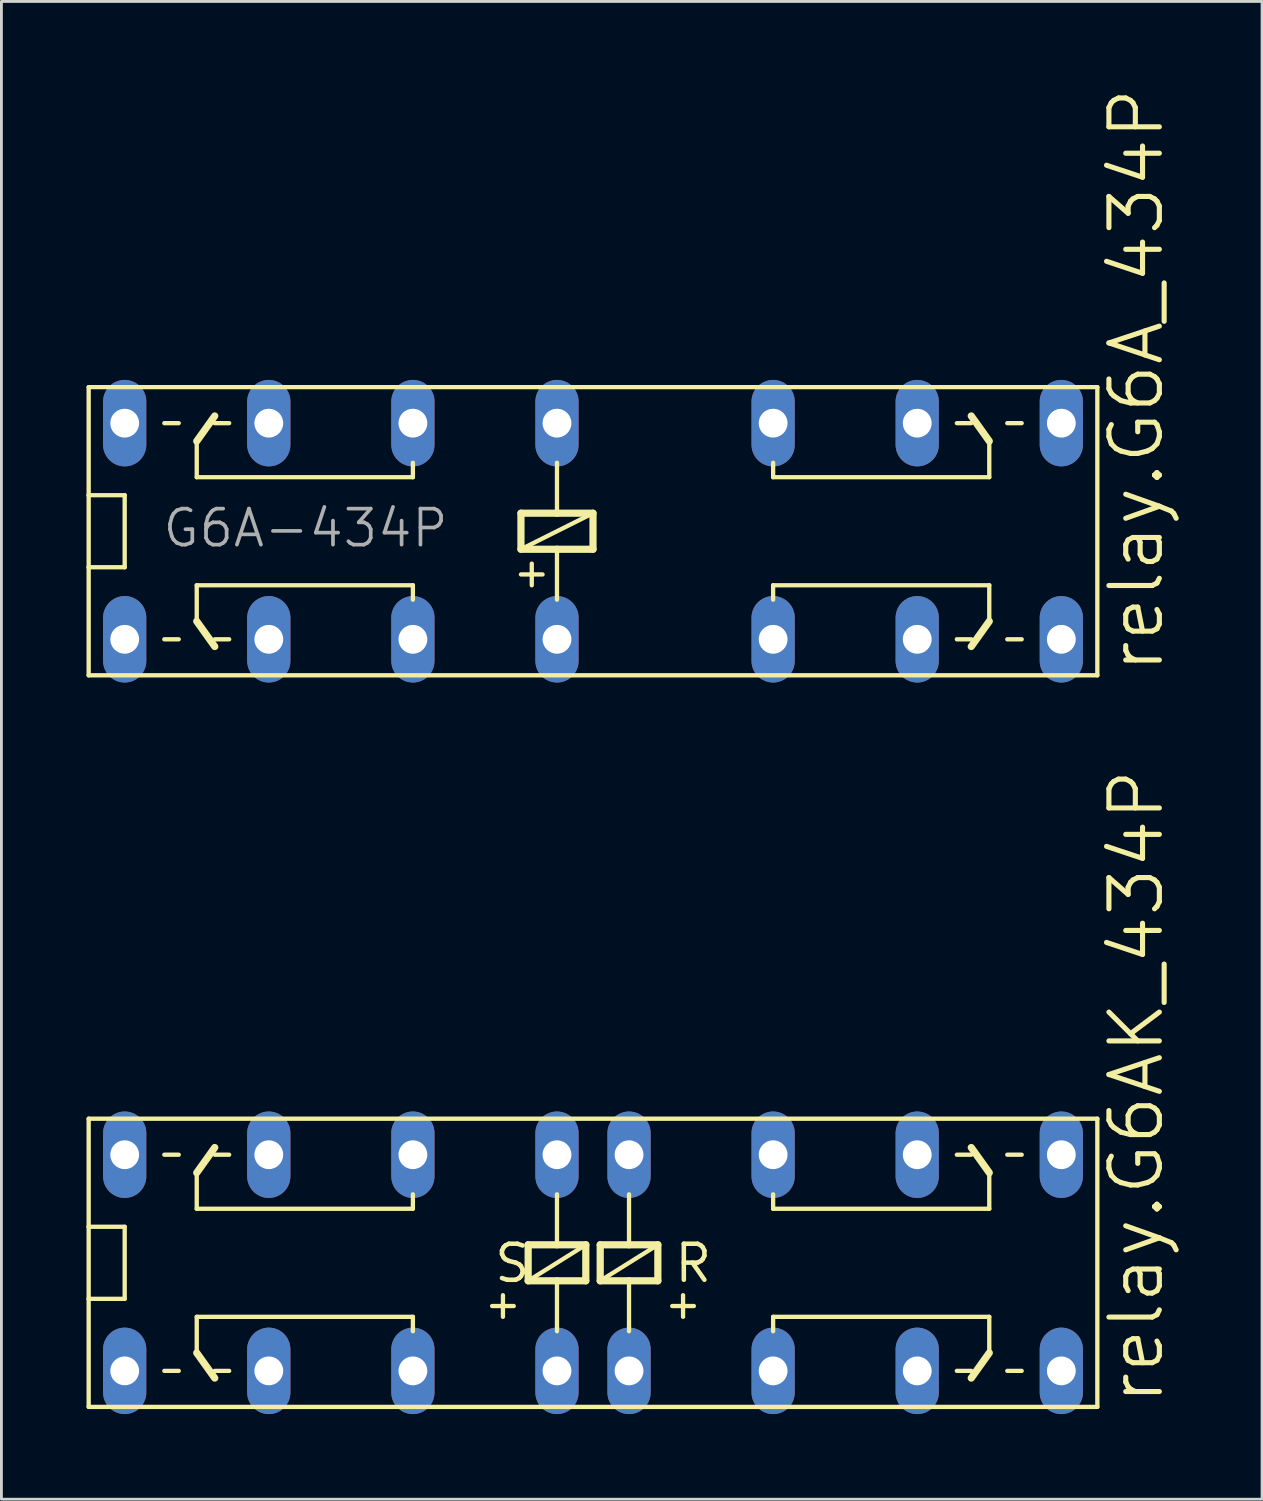
<source format=kicad_pcb>
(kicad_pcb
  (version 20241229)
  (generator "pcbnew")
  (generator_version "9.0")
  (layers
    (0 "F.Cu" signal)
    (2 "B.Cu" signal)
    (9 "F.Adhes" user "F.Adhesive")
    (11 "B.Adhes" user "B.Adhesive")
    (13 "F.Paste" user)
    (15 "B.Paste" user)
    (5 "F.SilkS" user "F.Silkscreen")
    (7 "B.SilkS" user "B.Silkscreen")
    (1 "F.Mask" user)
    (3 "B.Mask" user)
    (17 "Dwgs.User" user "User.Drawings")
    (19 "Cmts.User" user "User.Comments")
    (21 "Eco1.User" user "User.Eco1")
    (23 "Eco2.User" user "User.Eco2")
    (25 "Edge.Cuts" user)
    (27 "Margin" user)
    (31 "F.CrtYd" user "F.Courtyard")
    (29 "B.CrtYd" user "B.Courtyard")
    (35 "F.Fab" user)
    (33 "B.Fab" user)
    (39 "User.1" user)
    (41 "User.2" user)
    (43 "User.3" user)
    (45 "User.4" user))
  (footprint "relay.G6A_434P"
    (layer "F.Cu")
    (at 12.776 15.678)
    (property "Reference" "relay.G6A_434P" (at 25.273 5.08 90) (layer "F.SilkS") (effects (font (size 1.778 1.778) (thickness 0.18)) (justify left bottom)))
    (attr through_hole)
    (fp_line (start -12.7 -5.08) (end 22.86 -5.08) (stroke (width 0.152) (type default)) (layer "F.SilkS"))
    (fp_line (start -12.7 -1.27) (end -12.7 -5.08) (stroke (width 0.152) (type default)) (layer "F.SilkS"))
    (fp_line (start -12.7 -1.27) (end -11.43 -1.27) (stroke (width 0.152) (type default)) (layer "F.SilkS"))
    (fp_line (start -12.7 1.27) (end -12.7 -1.27) (stroke (width 0.152) (type default)) (layer "F.SilkS"))
    (fp_line (start -12.7 5.08) (end -12.7 1.27) (stroke (width 0.152) (type default)) (layer "F.SilkS"))
    (fp_line (start -11.43 -1.27) (end -11.43 1.27) (stroke (width 0.152) (type default)) (layer "F.SilkS"))
    (fp_line (start -11.43 1.27) (end -12.7 1.27) (stroke (width 0.152) (type default)) (layer "F.SilkS"))
    (fp_line (start -10.033 -3.81) (end -9.525 -3.81) (stroke (width 0.152) (type default)) (layer "F.SilkS"))
    (fp_line (start -10.033 3.81) (end -9.525 3.81) (stroke (width 0.152) (type default)) (layer "F.SilkS"))
    (fp_line (start -8.89 -3.175) (end -8.255 -4.064) (stroke (width 0.254) (type default)) (layer "F.SilkS"))
    (fp_line (start -8.89 -1.905) (end -8.89 -3.175) (stroke (width 0.152) (type default)) (layer "F.SilkS"))
    (fp_line (start -8.89 1.905) (end -8.89 3.175) (stroke (width 0.152) (type default)) (layer "F.SilkS"))
    (fp_line (start -8.89 3.175) (end -8.255 4.064) (stroke (width 0.254) (type default)) (layer "F.SilkS"))
    (fp_line (start -8.255 3.81) (end -7.747 3.81) (stroke (width 0.152) (type default)) (layer "F.SilkS"))
    (fp_line (start -7.747 -3.81) (end -8.255 -3.81) (stroke (width 0.152) (type default)) (layer "F.SilkS"))
    (fp_line (start -1.27 -2.413) (end -1.27 -1.905) (stroke (width 0.152) (type default)) (layer "F.SilkS"))
    (fp_line (start -1.27 -1.905) (end -8.89 -1.905) (stroke (width 0.152) (type default)) (layer "F.SilkS"))
    (fp_line (start -1.27 1.905) (end -8.89 1.905) (stroke (width 0.152) (type default)) (layer "F.SilkS"))
    (fp_line (start -1.27 2.413) (end -1.27 1.905) (stroke (width 0.152) (type default)) (layer "F.SilkS"))
    (fp_line (start 2.54 -0.635) (end 2.54 0.635) (stroke (width 0.254) (type default)) (layer "F.SilkS"))
    (fp_line (start 2.54 0.635) (end 3.81 0.635) (stroke (width 0.254) (type default)) (layer "F.SilkS"))
    (fp_line (start 2.54 0.635) (end 5.08 -0.635) (stroke (width 0.152) (type default)) (layer "F.SilkS"))
    (fp_line (start 2.54 1.524) (end 3.302 1.524) (stroke (width 0.152) (type default)) (layer "F.SilkS"))
    (fp_line (start 2.921 1.905) (end 2.921 1.143) (stroke (width 0.152) (type default)) (layer "F.SilkS"))
    (fp_line (start 3.81 -2.413) (end 3.81 -0.635) (stroke (width 0.152) (type default)) (layer "F.SilkS"))
    (fp_line (start 3.81 -0.635) (end 2.54 -0.635) (stroke (width 0.254) (type default)) (layer "F.SilkS"))
    (fp_line (start 3.81 0.635) (end 3.81 2.413) (stroke (width 0.152) (type default)) (layer "F.SilkS"))
    (fp_line (start 3.81 0.635) (end 5.08 0.635) (stroke (width 0.254) (type default)) (layer "F.SilkS"))
    (fp_line (start 5.08 -0.635) (end 3.81 -0.635) (stroke (width 0.254) (type default)) (layer "F.SilkS"))
    (fp_line (start 5.08 0.635) (end 5.08 -0.635) (stroke (width 0.254) (type default)) (layer "F.SilkS"))
    (fp_line (start 11.43 -2.413) (end 11.43 -1.905) (stroke (width 0.152) (type default)) (layer "F.SilkS"))
    (fp_line (start 11.43 -1.905) (end 19.05 -1.905) (stroke (width 0.152) (type default)) (layer "F.SilkS"))
    (fp_line (start 11.43 1.905) (end 19.05 1.905) (stroke (width 0.152) (type default)) (layer "F.SilkS"))
    (fp_line (start 11.43 2.413) (end 11.43 1.905) (stroke (width 0.152) (type default)) (layer "F.SilkS"))
    (fp_line (start 17.907 -3.81) (end 18.415 -3.81) (stroke (width 0.152) (type default)) (layer "F.SilkS"))
    (fp_line (start 17.907 3.81) (end 18.415 3.81) (stroke (width 0.152) (type default)) (layer "F.SilkS"))
    (fp_line (start 19.05 -3.175) (end 18.415 -4.064) (stroke (width 0.254) (type default)) (layer "F.SilkS"))
    (fp_line (start 19.05 -1.905) (end 19.05 -3.175) (stroke (width 0.152) (type default)) (layer "F.SilkS"))
    (fp_line (start 19.05 1.905) (end 19.05 3.175) (stroke (width 0.152) (type default)) (layer "F.SilkS"))
    (fp_line (start 19.05 3.175) (end 18.415 4.064) (stroke (width 0.254) (type default)) (layer "F.SilkS"))
    (fp_line (start 19.685 3.81) (end 20.193 3.81) (stroke (width 0.152) (type default)) (layer "F.SilkS"))
    (fp_line (start 20.193 -3.81) (end 19.685 -3.81) (stroke (width 0.152) (type default)) (layer "F.SilkS"))
    (fp_line (start 22.86 -5.08) (end 22.86 5.08) (stroke (width 0.152) (type default)) (layer "F.SilkS"))
    (fp_line (start 22.86 5.08) (end -12.7 5.08) (stroke (width 0.152) (type default)) (layer "F.SilkS"))
    (fp_text user "G6A-434P" (at -10.16 0.635 0) (layer "F.Fab") (effects (font (size 1.27 1.27) (thickness 0.13)) (justify left bottom)))
    (pad "1" thru_hole oval (at 3.81 3.81 90) (size 3.048 1.524) (drill 1.016) (layers "*.Cu" "*.Mask"))
    (pad "16" thru_hole oval (at 3.81 -3.81 90) (size 3.048 1.524) (drill 1.016) (layers "*.Cu" "*.Mask"))
    (pad "O1" thru_hole oval (at 16.51 3.81 90) (size 3.048 1.524) (drill 1.016) (layers "*.Cu" "*.Mask"))
    (pad "O2" thru_hole oval (at 16.51 -3.81 90) (size 3.048 1.524) (drill 1.016) (layers "*.Cu" "*.Mask"))
    (pad "O3" thru_hole oval (at -6.35 -3.81 90) (size 3.048 1.524) (drill 1.016) (layers "*.Cu" "*.Mask"))
    (pad "O4" thru_hole oval (at -6.35 3.81 90) (size 3.048 1.524) (drill 1.016) (layers "*.Cu" "*.Mask"))
    (pad "P1" thru_hole oval (at 11.43 3.81 90) (size 3.048 1.524) (drill 1.016) (layers "*.Cu" "*.Mask"))
    (pad "P2" thru_hole oval (at 11.43 -3.81 90) (size 3.048 1.524) (drill 1.016) (layers "*.Cu" "*.Mask"))
    (pad "P3" thru_hole oval (at -1.27 -3.81 90) (size 3.048 1.524) (drill 1.016) (layers "*.Cu" "*.Mask"))
    (pad "P4" thru_hole oval (at -1.27 3.81 90) (size 3.048 1.524) (drill 1.016) (layers "*.Cu" "*.Mask"))
    (pad "S1" thru_hole oval (at 21.59 3.81 90) (size 3.048 1.524) (drill 1.016) (layers "*.Cu" "*.Mask"))
    (pad "S2" thru_hole oval (at 21.59 -3.81 90) (size 3.048 1.524) (drill 1.016) (layers "*.Cu" "*.Mask"))
    (pad "S3" thru_hole oval (at -11.43 -3.81 90) (size 3.048 1.524) (drill 1.016) (layers "*.Cu" "*.Mask"))
    (pad "S4" thru_hole oval (at -11.43 3.81 90) (size 3.048 1.524) (drill 1.016) (layers "*.Cu" "*.Mask")))
  (footprint "relay.G6AK_434P"
    (layer "F.Cu")
    (at 17.856 41.469)
    (property "Reference" "relay.G6AK_434P" (at 20.193 5.08 90) (layer "F.SilkS") (effects (font (size 1.778 1.778) (thickness 0.18)) (justify left bottom)))
    (attr through_hole)
    (fp_line (start -17.78 -5.08) (end 17.78 -5.08) (stroke (width 0.152) (type default)) (layer "F.SilkS"))
    (fp_line (start -17.78 -1.27) (end -17.78 -5.08) (stroke (width 0.152) (type default)) (layer "F.SilkS"))
    (fp_line (start -17.78 -1.27) (end -16.51 -1.27) (stroke (width 0.152) (type default)) (layer "F.SilkS"))
    (fp_line (start -17.78 1.27) (end -17.78 -1.27) (stroke (width 0.152) (type default)) (layer "F.SilkS"))
    (fp_line (start -17.78 5.08) (end -17.78 1.27) (stroke (width 0.152) (type default)) (layer "F.SilkS"))
    (fp_line (start -16.51 -1.27) (end -16.51 1.27) (stroke (width 0.152) (type default)) (layer "F.SilkS"))
    (fp_line (start -16.51 1.27) (end -17.78 1.27) (stroke (width 0.152) (type default)) (layer "F.SilkS"))
    (fp_line (start -15.113 -3.81) (end -14.605 -3.81) (stroke (width 0.152) (type default)) (layer "F.SilkS"))
    (fp_line (start -15.113 3.81) (end -14.605 3.81) (stroke (width 0.152) (type default)) (layer "F.SilkS"))
    (fp_line (start -13.97 -3.175) (end -13.335 -4.064) (stroke (width 0.254) (type default)) (layer "F.SilkS"))
    (fp_line (start -13.97 -1.905) (end -13.97 -3.175) (stroke (width 0.152) (type default)) (layer "F.SilkS"))
    (fp_line (start -13.97 1.905) (end -13.97 3.175) (stroke (width 0.152) (type default)) (layer "F.SilkS"))
    (fp_line (start -13.97 3.175) (end -13.335 4.064) (stroke (width 0.254) (type default)) (layer "F.SilkS"))
    (fp_line (start -13.335 3.81) (end -12.827 3.81) (stroke (width 0.152) (type default)) (layer "F.SilkS"))
    (fp_line (start -12.827 -3.81) (end -13.335 -3.81) (stroke (width 0.152) (type default)) (layer "F.SilkS"))
    (fp_line (start -6.35 -2.413) (end -6.35 -1.905) (stroke (width 0.152) (type default)) (layer "F.SilkS"))
    (fp_line (start -6.35 -1.905) (end -13.97 -1.905) (stroke (width 0.152) (type default)) (layer "F.SilkS"))
    (fp_line (start -6.35 1.905) (end -13.97 1.905) (stroke (width 0.152) (type default)) (layer "F.SilkS"))
    (fp_line (start -6.35 2.413) (end -6.35 1.905) (stroke (width 0.152) (type default)) (layer "F.SilkS"))
    (fp_line (start -3.556 1.524) (end -2.794 1.524) (stroke (width 0.152) (type default)) (layer "F.SilkS"))
    (fp_line (start -3.175 1.905) (end -3.175 1.143) (stroke (width 0.152) (type default)) (layer "F.SilkS"))
    (fp_line (start -2.286 -0.635) (end -2.286 0.635) (stroke (width 0.254) (type default)) (layer "F.SilkS"))
    (fp_line (start -2.286 0.635) (end -1.27 0.635) (stroke (width 0.254) (type default)) (layer "F.SilkS"))
    (fp_line (start -2.286 0.635) (end -0.254 -0.635) (stroke (width 0.152) (type default)) (layer "F.SilkS"))
    (fp_line (start -1.27 -2.413) (end -1.27 -0.635) (stroke (width 0.152) (type default)) (layer "F.SilkS"))
    (fp_line (start -1.27 -0.635) (end -2.286 -0.635) (stroke (width 0.254) (type default)) (layer "F.SilkS"))
    (fp_line (start -1.27 0.635) (end -1.27 2.413) (stroke (width 0.152) (type default)) (layer "F.SilkS"))
    (fp_line (start -1.27 0.635) (end -0.254 0.635) (stroke (width 0.254) (type default)) (layer "F.SilkS"))
    (fp_line (start -0.254 -0.635) (end -1.27 -0.635) (stroke (width 0.254) (type default)) (layer "F.SilkS"))
    (fp_line (start -0.254 0.635) (end -0.254 -0.635) (stroke (width 0.254) (type default)) (layer "F.SilkS"))
    (fp_line (start 0.254 -0.635) (end 0.254 0.635) (stroke (width 0.254) (type default)) (layer "F.SilkS"))
    (fp_line (start 0.254 0.635) (end 1.27 0.635) (stroke (width 0.254) (type default)) (layer "F.SilkS"))
    (fp_line (start 0.254 0.635) (end 2.286 -0.635) (stroke (width 0.152) (type default)) (layer "F.SilkS"))
    (fp_line (start 1.27 -2.413) (end 1.27 -0.635) (stroke (width 0.152) (type default)) (layer "F.SilkS"))
    (fp_line (start 1.27 -0.635) (end 0.254 -0.635) (stroke (width 0.254) (type default)) (layer "F.SilkS"))
    (fp_line (start 1.27 0.635) (end 1.27 2.413) (stroke (width 0.152) (type default)) (layer "F.SilkS"))
    (fp_line (start 1.27 0.635) (end 2.286 0.635) (stroke (width 0.254) (type default)) (layer "F.SilkS"))
    (fp_line (start 2.286 -0.635) (end 1.27 -0.635) (stroke (width 0.254) (type default)) (layer "F.SilkS"))
    (fp_line (start 2.286 0.635) (end 2.286 -0.635) (stroke (width 0.254) (type default)) (layer "F.SilkS"))
    (fp_line (start 2.794 1.524) (end 3.556 1.524) (stroke (width 0.152) (type default)) (layer "F.SilkS"))
    (fp_line (start 3.175 1.905) (end 3.175 1.143) (stroke (width 0.152) (type default)) (layer "F.SilkS"))
    (fp_line (start 6.35 -2.413) (end 6.35 -1.905) (stroke (width 0.152) (type default)) (layer "F.SilkS"))
    (fp_line (start 6.35 -1.905) (end 13.97 -1.905) (stroke (width 0.152) (type default)) (layer "F.SilkS"))
    (fp_line (start 6.35 1.905) (end 13.97 1.905) (stroke (width 0.152) (type default)) (layer "F.SilkS"))
    (fp_line (start 6.35 2.413) (end 6.35 1.905) (stroke (width 0.152) (type default)) (layer "F.SilkS"))
    (fp_line (start 12.827 -3.81) (end 13.335 -3.81) (stroke (width 0.152) (type default)) (layer "F.SilkS"))
    (fp_line (start 12.827 3.81) (end 13.335 3.81) (stroke (width 0.152) (type default)) (layer "F.SilkS"))
    (fp_line (start 13.97 -3.175) (end 13.335 -4.064) (stroke (width 0.254) (type default)) (layer "F.SilkS"))
    (fp_line (start 13.97 -1.905) (end 13.97 -3.175) (stroke (width 0.152) (type default)) (layer "F.SilkS"))
    (fp_line (start 13.97 1.905) (end 13.97 3.175) (stroke (width 0.152) (type default)) (layer "F.SilkS"))
    (fp_line (start 13.97 3.175) (end 13.335 4.064) (stroke (width 0.254) (type default)) (layer "F.SilkS"))
    (fp_line (start 14.605 3.81) (end 15.113 3.81) (stroke (width 0.152) (type default)) (layer "F.SilkS"))
    (fp_line (start 15.113 -3.81) (end 14.605 -3.81) (stroke (width 0.152) (type default)) (layer "F.SilkS"))
    (fp_line (start 17.78 -5.08) (end 17.78 5.08) (stroke (width 0.152) (type default)) (layer "F.SilkS"))
    (fp_line (start 17.78 5.08) (end -17.78 5.08) (stroke (width 0.152) (type default)) (layer "F.SilkS"))
    (fp_text user "S" (at -3.556 0.762 0) (layer "F.SilkS") (effects (font (size 1.27 1.27) (thickness 0.16)) (justify left bottom)))
    (fp_text user "R" (at 2.794 0.762 0) (layer "F.SilkS") (effects (font (size 1.27 1.27) (thickness 0.16)) (justify left bottom)))
    (pad "1" thru_hole oval (at -1.27 3.81 90) (size 3.048 1.524) (drill 1.016) (layers "*.Cu" "*.Mask"))
    (pad "2" thru_hole oval (at 1.27 3.81 90) (size 3.048 1.524) (drill 1.016) (layers "*.Cu" "*.Mask"))
    (pad "3" thru_hole oval (at -6.35 3.81 90) (size 3.048 1.524) (drill 1.016) (layers "*.Cu" "*.Mask"))
    (pad "4" thru_hole oval (at 6.35 3.81 90) (size 3.048 1.524) (drill 1.016) (layers "*.Cu" "*.Mask"))
    (pad "5" thru_hole oval (at -11.43 3.81 90) (size 3.048 1.524) (drill 1.016) (layers "*.Cu" "*.Mask"))
    (pad "6" thru_hole oval (at 11.43 3.81 90) (size 3.048 1.524) (drill 1.016) (layers "*.Cu" "*.Mask"))
    (pad "7" thru_hole oval (at -16.51 3.81 90) (size 3.048 1.524) (drill 1.016) (layers "*.Cu" "*.Mask"))
    (pad "8" thru_hole oval (at 16.51 3.81 90) (size 3.048 1.524) (drill 1.016) (layers "*.Cu" "*.Mask"))
    (pad "9" thru_hole oval (at 16.51 -3.81 90) (size 3.048 1.524) (drill 1.016) (layers "*.Cu" "*.Mask"))
    (pad "10" thru_hole oval (at -16.51 -3.81 90) (size 3.048 1.524) (drill 1.016) (layers "*.Cu" "*.Mask"))
    (pad "11" thru_hole oval (at 11.43 -3.81 90) (size 3.048 1.524) (drill 1.016) (layers "*.Cu" "*.Mask"))
    (pad "12" thru_hole oval (at -11.43 -3.81 90) (size 3.048 1.524) (drill 1.016) (layers "*.Cu" "*.Mask"))
    (pad "13" thru_hole oval (at 6.35 -3.81 90) (size 3.048 1.524) (drill 1.016) (layers "*.Cu" "*.Mask"))
    (pad "14" thru_hole oval (at -6.35 -3.81 90) (size 3.048 1.524) (drill 1.016) (layers "*.Cu" "*.Mask"))
    (pad "15" thru_hole oval (at 1.27 -3.81 90) (size 3.048 1.524) (drill 1.016) (layers "*.Cu" "*.Mask"))
    (pad "16" thru_hole oval (at -1.27 -3.81 90) (size 3.048 1.524) (drill 1.016) (layers "*.Cu" "*.Mask")))
  (gr_rect
    (start -3 -3)
    (end 41.443 49.803)
    (stroke (width 0.1) (type default))
    (fill no)
    (layer "Edge.Cuts")))
</source>
